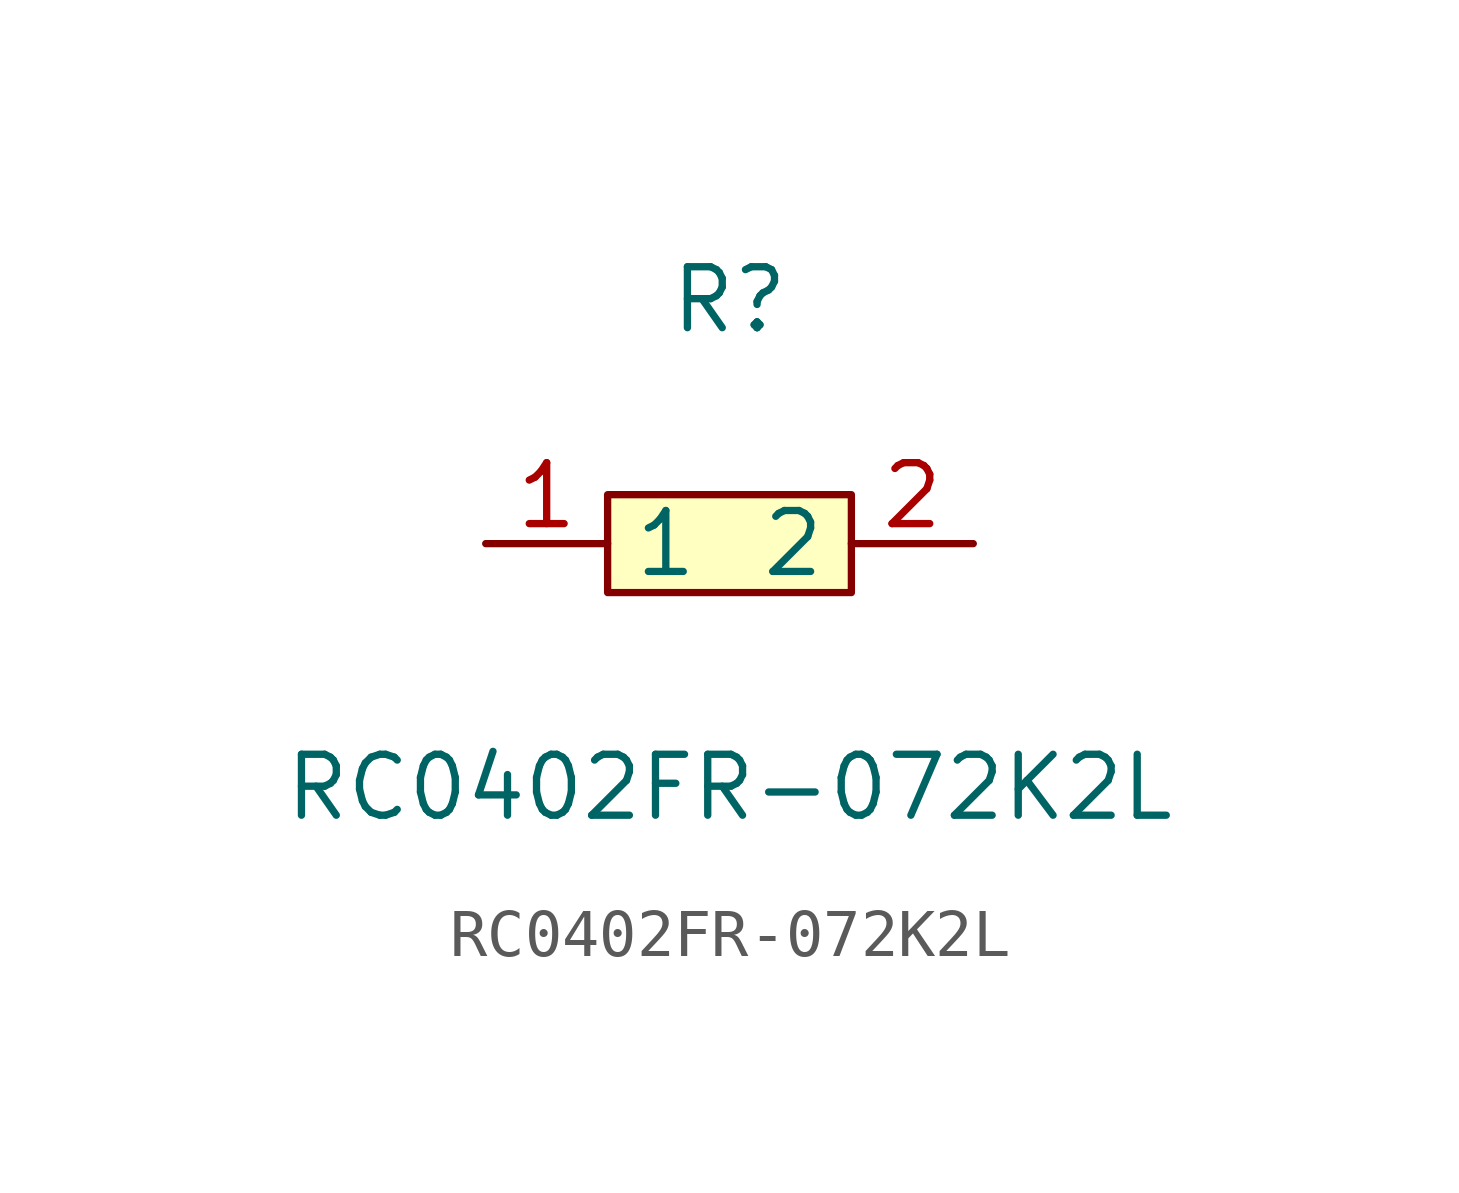
<source format=kicad_sym>
(kicad_symbol_lib
  (version 20211014)
  (generator https://github.com/uPesy/easyeda2kicad.py)
  (symbol "RC0402FR-072K2L"
    (property "Reference" "R"
      (at 0 5.08 0)
      (effects (font (size 1.27 1.27))))
    (property "Value" "RC0402FR-072K2L"
      (at 0 -5.08 0)
      (effects (font (size 1.27 1.27))))
    (symbol "RC0402FR-072K2L_0_1"
      (rectangle (start -2.54 1.02) (end 2.54 -1.02) (stroke (width 0) (type default) (color 0 0 0 0)) (fill (type background)))
      (pin input line (at 5.08 -0.00 180) (length 2.54) (name "2" (effects (font (size 1.27 1.27)))) (number "2" (effects (font (size 1.27 1.27)))))
      (pin input line (at -5.08 -0.00 0) (length 2.54) (name "1" (effects (font (size 1.27 1.27)))) (number "1" (effects (font (size 1.27 1.27))))))))
</source>
